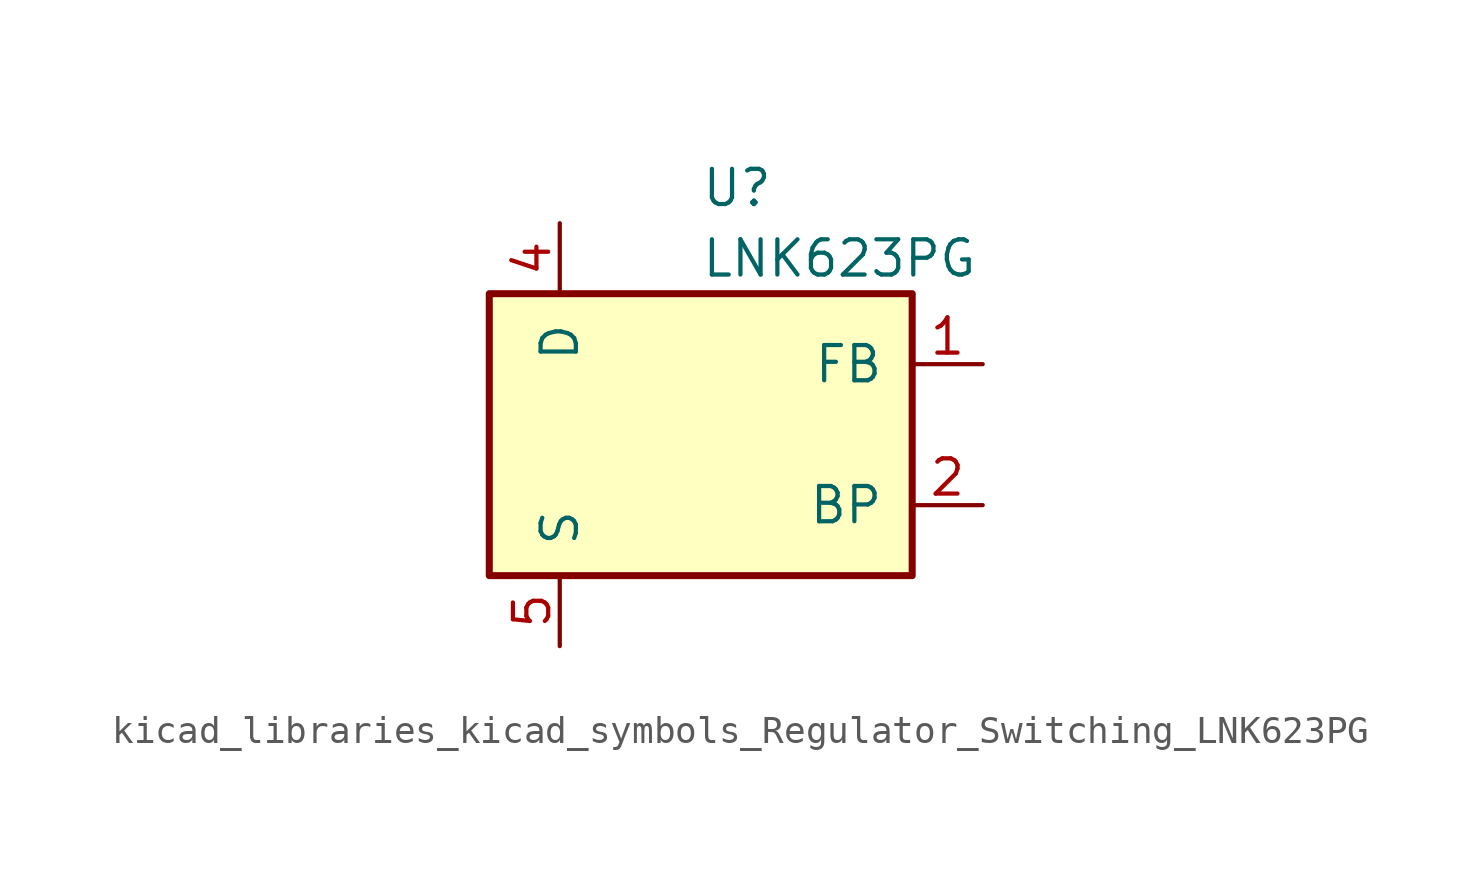
<source format=kicad_sym>
(kicad_symbol_lib
  (version 20220914)
  (generator kicad_symbol_editor)
  (symbol "kicad_libraries_kicad_symbols_Regulator_Switching_LNK623PG"
    (pin_names
      (offset 1.016))
    (property "Reference" "U"
      (at 0 8.89 0)
      (effects (font (size 1.27 1.27)) (justify left)))
    (property "Value" "LNK623PG"
      (at 0 6.35 0)
      (effects (font (size 1.27 1.27)) (justify left)))
    (symbol "kicad_libraries_kicad_symbols_Regulator_Switching_LNK623PG_0_1"
      (rectangle (start -7.62 5.08) (end 7.62 -5.08) (stroke (width 0.254) (type default)) (fill (type background))))
    (symbol "kicad_libraries_kicad_symbols_Regulator_Switching_LNK623PG_1_1"
      (pin input line (at 10.16 2.54 180) (length 2.54) (name "FB" (effects (font (size 1.27 1.27)))) (number "1" (effects (font (size 1.27 1.27)))))
      (pin input line (at 10.16 -2.54 180) (length 2.54) (name "BP" (effects (font (size 1.27 1.27)))) (number "2" (effects (font (size 1.27 1.27)))))
      (pin open_collector line (at -5.08 7.62 270) (length 2.54) (name "D" (effects (font (size 1.27 1.27)))) (number "4" (effects (font (size 1.27 1.27)))))
      (pin power_in line (at -5.08 -7.62 90) (length 2.54) (name "S" (effects (font (size 1.27 1.27)))) (number "5" (effects (font (size 1.27 1.27)))))
      (pin passive line (at -5.08 -7.62 90) (length 2.54) hide (name "S" (effects (font (size 1.27 1.27)))) (number "6" (effects (font (size 1.27 1.27)))))
      (pin passive line (at -5.08 -7.62 90) (length 2.54) hide (name "S" (effects (font (size 1.27 1.27)))) (number "7" (effects (font (size 1.27 1.27)))))
      (pin passive line (at -5.08 -7.62 90) (length 2.54) hide (name "S" (effects (font (size 1.27 1.27)))) (number "8" (effects (font (size 1.27 1.27))))))))
</source>
